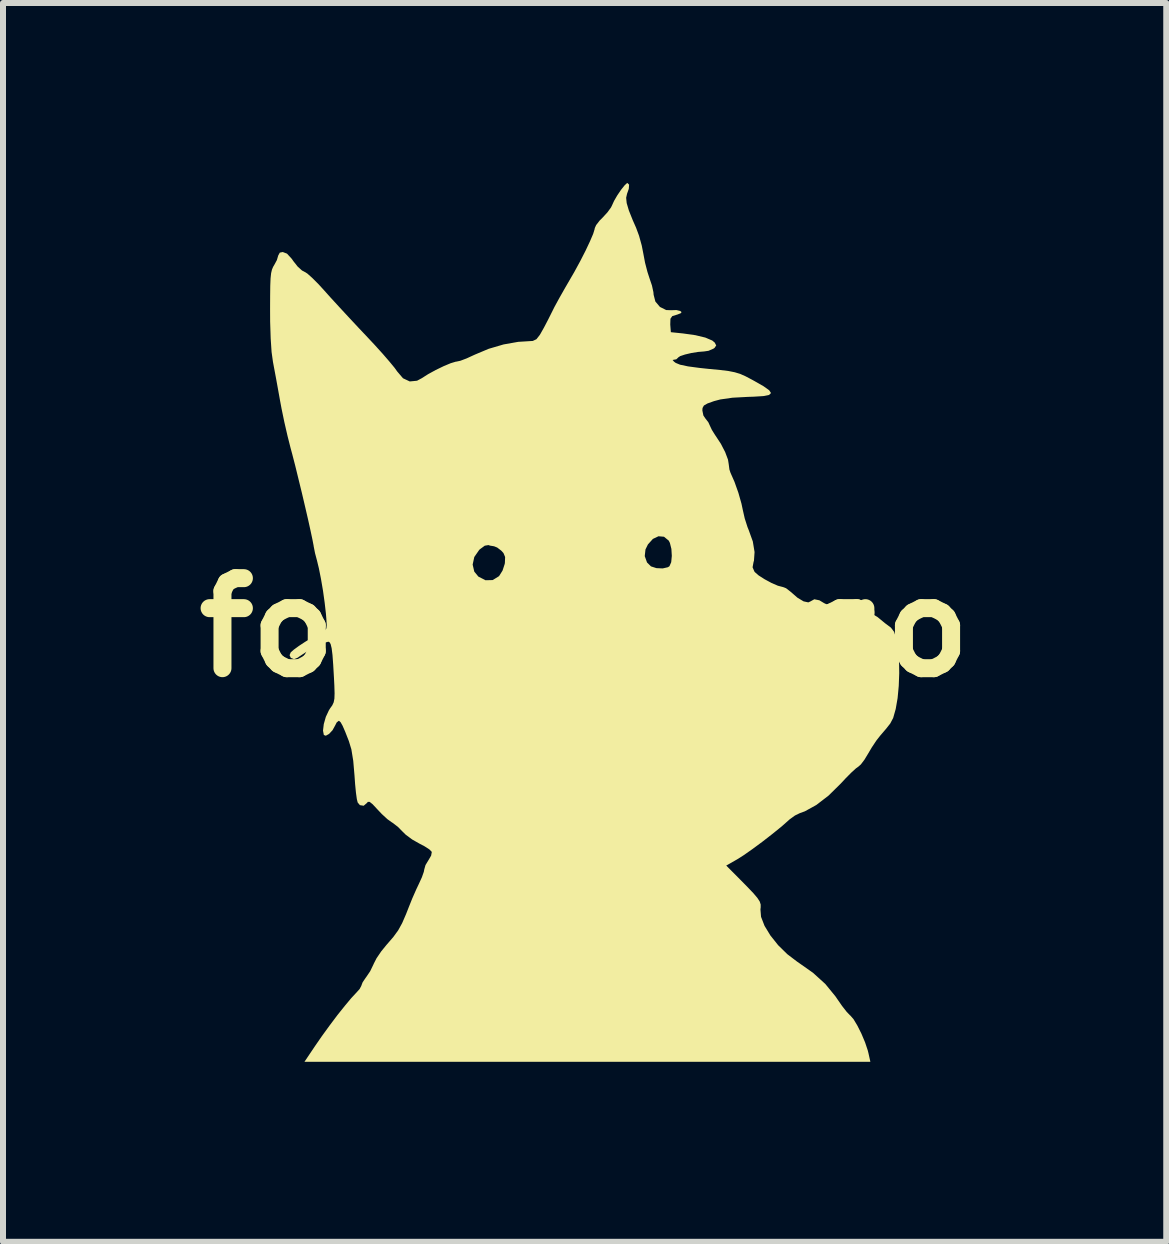
<source format=kicad_pcb>
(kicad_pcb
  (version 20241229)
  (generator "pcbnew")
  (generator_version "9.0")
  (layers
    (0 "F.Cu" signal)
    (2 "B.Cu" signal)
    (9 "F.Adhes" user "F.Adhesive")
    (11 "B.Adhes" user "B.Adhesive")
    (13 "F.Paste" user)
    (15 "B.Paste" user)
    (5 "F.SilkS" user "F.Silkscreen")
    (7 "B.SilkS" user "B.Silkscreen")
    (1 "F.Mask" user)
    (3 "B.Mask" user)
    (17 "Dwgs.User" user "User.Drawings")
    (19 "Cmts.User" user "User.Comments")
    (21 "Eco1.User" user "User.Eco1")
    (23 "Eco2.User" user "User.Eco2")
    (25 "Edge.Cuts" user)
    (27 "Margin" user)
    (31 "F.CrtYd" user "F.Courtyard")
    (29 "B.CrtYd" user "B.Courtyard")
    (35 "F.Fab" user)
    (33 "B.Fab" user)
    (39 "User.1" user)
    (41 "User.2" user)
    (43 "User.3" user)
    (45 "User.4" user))
  (footprint "foccci_logo"
    (layer "F.Cu")
    (at 6.693 7.407)
    (property "Reference" "foccci_logo" (at 0 0 0) (layer "F.SilkS") (effects (font (size 1.5 1.5) (thickness 0.3))))
    (attr board_only exclude_from_pos_files exclude_from_bom)
    (fp_poly (pts (xy 0.741 -7.38) (xy 0.736 -7.31) (xy 0.707 -7.228) (xy 0.692 -7.161) (xy 0.701 -7.072) (xy 0.737 -6.95) (xy 0.803 -6.785) (xy 0.857 -6.663) (xy 0.907 -6.528) (xy 0.952 -6.365) (xy 0.978 -6.232) (xy 1.007 -6.079) (xy 1.047 -5.925) (xy 1.082 -5.817) (xy 1.122 -5.699) (xy 1.146 -5.589) (xy 1.15 -5.544) (xy 1.179 -5.432) (xy 1.255 -5.342) (xy 1.359 -5.29) (xy 1.44 -5.287) (xy 1.529 -5.29) (xy 1.592 -5.275) (xy 1.615 -5.256) (xy 1.604 -5.238) (xy 1.549 -5.216) (xy 1.461 -5.189) (xy 1.43 -5.145) (xy 1.427 -5.048) (xy 1.437 -4.921) (xy 1.64 -4.9) (xy 1.846 -4.871) (xy 2.012 -4.831) (xy 2.127 -4.782) (xy 2.168 -4.748) (xy 2.193 -4.7) (xy 2.165 -4.659) (xy 2.148 -4.647) (xy 2.065 -4.611) (xy 1.991 -4.6) (xy 1.892 -4.592) (xy 1.779 -4.574) (xy 1.673 -4.549) (xy 1.592 -4.522) (xy 1.556 -4.497) (xy 1.556 -4.495) (xy 1.528 -4.469) (xy 1.498 -4.464) (xy 1.466 -4.458) (xy 1.489 -4.431) (xy 1.518 -4.409) (xy 1.591 -4.379) (xy 1.724 -4.351) (xy 1.919 -4.325) (xy 2.069 -4.309) (xy 2.258 -4.291) (xy 2.397 -4.274) (xy 2.502 -4.253) (xy 2.592 -4.226) (xy 2.682 -4.186) (xy 2.79 -4.129) (xy 2.828 -4.108) (xy 2.982 -4.02) (xy 3.075 -3.954) (xy 3.106 -3.907) (xy 3.074 -3.875) (xy 2.978 -3.856) (xy 2.816 -3.846) (xy 2.723 -3.843) (xy 2.464 -3.829) (xy 2.261 -3.8) (xy 2.156 -3.772) (xy 2.047 -3.733) (xy 1.988 -3.699) (xy 1.965 -3.658) (xy 1.962 -3.617) (xy 1.979 -3.533) (xy 2.011 -3.485) (xy 2.062 -3.419) (xy 2.084 -3.371) (xy 2.12 -3.294) (xy 2.176 -3.204) (xy 2.182 -3.196) (xy 2.27 -3.062) (xy 2.342 -2.923) (xy 2.389 -2.798) (xy 2.401 -2.724) (xy 2.413 -2.632) (xy 2.431 -2.578) (xy 2.498 -2.426) (xy 2.563 -2.243) (xy 2.614 -2.063) (xy 2.636 -1.959) (xy 2.668 -1.818) (xy 2.714 -1.674) (xy 2.735 -1.622) (xy 2.803 -1.433) (xy 2.832 -1.257) (xy 2.822 -1.113) (xy 2.815 -1.09) (xy 2.799 -1.003) (xy 2.829 -0.933) (xy 2.836 -0.923) (xy 2.899 -0.868) (xy 2.999 -0.804) (xy 3.114 -0.742) (xy 3.22 -0.696) (xy 3.296 -0.676) (xy 3.298 -0.676) (xy 3.357 -0.654) (xy 3.428 -0.599) (xy 3.434 -0.594) (xy 3.547 -0.496) (xy 3.649 -0.435) (xy 3.728 -0.418) (xy 3.761 -0.433) (xy 3.828 -0.47) (xy 3.912 -0.453) (xy 3.992 -0.405) (xy 4.082 -0.363) (xy 4.226 -0.325) (xy 4.431 -0.292) (xy 4.446 -0.29) (xy 4.613 -0.266) (xy 4.73 -0.243) (xy 4.811 -0.215) (xy 4.875 -0.178) (xy 4.914 -0.147) (xy 5.005 -0.072) (xy 5.09 -0.008) (xy 5.105 0.003) (xy 5.157 0.072) (xy 5.197 0.194) (xy 5.224 0.359) (xy 5.24 0.552) (xy 5.243 0.761) (xy 5.235 0.974) (xy 5.216 1.177) (xy 5.184 1.36) (xy 5.142 1.508) (xy 5.093 1.601) (xy 5.02 1.693) (xy 4.937 1.79) (xy 4.929 1.799) (xy 4.863 1.883) (xy 4.785 2) (xy 4.726 2.1) (xy 4.663 2.204) (xy 4.604 2.282) (xy 4.565 2.317) (xy 4.522 2.348) (xy 4.445 2.418) (xy 4.348 2.516) (xy 4.267 2.603) (xy 4.065 2.802) (xy 3.862 2.958) (xy 3.67 3.064) (xy 3.585 3.095) (xy 3.505 3.134) (xy 3.415 3.199) (xy 3.399 3.214) (xy 3.28 3.319) (xy 3.128 3.442) (xy 2.962 3.571) (xy 2.797 3.693) (xy 2.65 3.796) (xy 2.541 3.865) (xy 2.36 3.968) (xy 2.565 4.174) (xy 2.709 4.32) (xy 2.812 4.428) (xy 2.879 4.507) (xy 2.918 4.567) (xy 2.934 4.617) (xy 2.934 4.666) (xy 2.93 4.697) (xy 2.94 4.822) (xy 2.998 4.972) (xy 3.096 5.133) (xy 3.225 5.295) (xy 3.378 5.445) (xy 3.545 5.572) (xy 3.549 5.574) (xy 3.806 5.755) (xy 4.011 5.941) (xy 4.178 6.145) (xy 4.211 6.193) (xy 4.29 6.307) (xy 4.365 6.403) (xy 4.421 6.462) (xy 4.429 6.468) (xy 4.482 6.529) (xy 4.546 6.636) (xy 4.613 6.77) (xy 4.674 6.915) (xy 4.719 7.05) (xy 4.73 7.094) (xy 4.762 7.238) (xy 0.046 7.238) (xy -4.669 7.238) (xy -4.493 6.976) (xy -4.377 6.808) (xy -4.249 6.632) (xy -4.119 6.459) (xy -3.995 6.304) (xy -3.89 6.178) (xy -3.812 6.094) (xy -3.808 6.09) (xy -3.749 6.024) (xy -3.721 5.971) (xy -3.72 5.966) (xy -3.7 5.914) (xy -3.651 5.841) (xy -3.641 5.828) (xy -3.574 5.729) (xy -3.519 5.615) (xy -3.514 5.603) (xy -3.468 5.513) (xy -3.39 5.398) (xy -3.298 5.285) (xy -3.295 5.282) (xy -3.188 5.158) (xy -3.107 5.047) (xy -3.041 4.927) (xy -2.976 4.777) (xy -2.931 4.662) (xy -2.872 4.515) (xy -2.805 4.363) (xy -2.761 4.27) (xy -2.712 4.163) (xy -2.68 4.072) (xy -2.672 4.03) (xy -2.652 3.96) (xy -2.603 3.879) (xy -2.601 3.876) (xy -2.558 3.802) (xy -2.547 3.742) (xy -2.549 3.738) (xy -2.587 3.699) (xy -2.669 3.646) (xy -2.753 3.602) (xy -2.873 3.534) (xy -2.98 3.455) (xy -3.03 3.406) (xy -3.113 3.322) (xy -3.201 3.255) (xy -3.214 3.247) (xy -3.288 3.194) (xy -3.38 3.109) (xy -3.452 3.033) (xy -3.533 2.946) (xy -3.583 2.906) (xy -3.613 2.906) (xy -3.626 2.923) (xy -3.682 2.971) (xy -3.745 2.961) (xy -3.782 2.917) (xy -3.796 2.861) (xy -3.811 2.753) (xy -3.825 2.61) (xy -3.835 2.469) (xy -3.856 2.223) (xy -3.887 2.032) (xy -3.929 1.894) (xy -3.99 1.738) (xy -4.034 1.637) (xy -4.066 1.58) (xy -4.091 1.557) (xy -4.099 1.556) (xy -4.132 1.583) (xy -4.157 1.632) (xy -4.201 1.712) (xy -4.259 1.774) (xy -4.313 1.804) (xy -4.346 1.792) (xy -4.36 1.719) (xy -4.347 1.61) (xy -4.313 1.49) (xy -4.262 1.381) (xy -4.242 1.349) (xy -4.205 1.297) (xy -4.182 1.247) (xy -4.17 1.186) (xy -4.167 1.097) (xy -4.171 0.966) (xy -4.177 0.846) (xy -4.19 0.622) (xy -4.202 0.458) (xy -4.216 0.346) (xy -4.233 0.277) (xy -4.253 0.244) (xy -4.272 0.237) (xy -4.334 0.255) (xy -4.434 0.299) (xy -4.551 0.359) (xy -4.666 0.425) (xy -4.759 0.487) (xy -4.782 0.504) (xy -4.844 0.528) (xy -4.896 0.508) (xy -4.917 0.462) (xy -4.898 0.415) (xy -4.847 0.37) (xy -4.762 0.308) (xy -4.662 0.242) (xy -4.566 0.183) (xy -4.492 0.144) (xy -4.464 0.135) (xy -4.431 0.112) (xy -4.431 0.105) (xy -4.402 0.074) (xy -4.359 0.057) (xy -4.323 0.043) (xy -4.304 0.016) (xy -4.298 -0.041) (xy -4.304 -0.14) (xy -4.311 -0.226) (xy -4.332 -0.41) (xy -4.36 -0.612) (xy -4.394 -0.811) (xy -4.429 -0.987) (xy -4.444 -1.048) (xy -1.866 -1.048) (xy -1.839 -0.931) (xy -1.771 -0.848) (xy -1.651 -0.787) (xy -1.532 -0.79) (xy -1.427 -0.855) (xy -1.424 -0.859) (xy -1.368 -0.948) (xy -1.332 -1.058) (xy -1.329 -1.074) (xy -1.325 -1.173) (xy -1.331 -1.189) (xy 1.002 -1.189) (xy 1.04 -1.083) (xy 1.106 -1.018) (xy 1.196 -0.989) (xy 1.301 -0.984) (xy 1.388 -1.004) (xy 1.414 -1.021) (xy 1.443 -1.088) (xy 1.453 -1.193) (xy 1.446 -1.309) (xy 1.421 -1.409) (xy 1.402 -1.447) (xy 1.323 -1.512) (xy 1.231 -1.52) (xy 1.138 -1.476) (xy 1.055 -1.384) (xy 1.014 -1.3) (xy 1.002 -1.189) (xy -1.331 -1.189) (xy -1.353 -1.241) (xy -1.389 -1.28) (xy -1.457 -1.332) (xy -1.509 -1.353) (xy -1.576 -1.364) (xy -1.603 -1.373) (xy -1.664 -1.363) (xy -1.746 -1.303) (xy -1.758 -1.291) (xy -1.839 -1.174) (xy -1.866 -1.048) (xy -4.444 -1.048) (xy -4.461 -1.119) (xy -4.465 -1.133) (xy -4.493 -1.239) (xy -4.516 -1.356) (xy -4.516 -1.36) (xy -4.535 -1.459) (xy -4.567 -1.61) (xy -4.609 -1.8) (xy -4.659 -2.016) (xy -4.713 -2.246) (xy -4.769 -2.475) (xy -4.822 -2.692) (xy -4.871 -2.882) (xy -4.901 -2.993) (xy -4.951 -3.191) (xy -5.004 -3.421) (xy -5.051 -3.648) (xy -5.074 -3.771) (xy -5.108 -3.96) (xy -5.143 -4.153) (xy -5.175 -4.324) (xy -5.194 -4.426) (xy -5.217 -4.591) (xy -5.232 -4.817) (xy -5.241 -5.097) (xy -5.242 -5.305) (xy -5.241 -5.53) (xy -5.239 -5.697) (xy -5.234 -5.818) (xy -5.225 -5.903) (xy -5.211 -5.963) (xy -5.192 -6.009) (xy -5.175 -6.037) (xy -5.129 -6.122) (xy -5.108 -6.193) (xy -5.107 -6.198) (xy -5.08 -6.247) (xy -5.031 -6.257) (xy -4.96 -6.23) (xy -4.881 -6.144) (xy -4.853 -6.104) (xy -4.782 -6.014) (xy -4.71 -5.949) (xy -4.675 -5.931) (xy -4.622 -5.899) (xy -4.539 -5.825) (xy -4.436 -5.722) (xy -4.342 -5.619) (xy -4.23 -5.494) (xy -4.086 -5.337) (xy -3.923 -5.161) (xy -3.756 -4.982) (xy -3.646 -4.866) (xy -3.5 -4.71) (xy -3.366 -4.562) (xy -3.252 -4.43) (xy -3.167 -4.327) (xy -3.124 -4.267) (xy -3.027 -4.153) (xy -2.914 -4.1) (xy -2.793 -4.112) (xy -2.716 -4.153) (xy -2.609 -4.221) (xy -2.481 -4.291) (xy -2.349 -4.355) (xy -2.232 -4.404) (xy -2.149 -4.429) (xy -2.134 -4.431) (xy -2.07 -4.445) (xy -1.967 -4.484) (xy -1.845 -4.54) (xy -1.825 -4.549) (xy -1.599 -4.644) (xy -1.35 -4.717) (xy -1.107 -4.76) (xy -0.962 -4.769) (xy -0.864 -4.775) (xy -0.803 -4.804) (xy -0.749 -4.873) (xy -0.735 -4.896) (xy -0.678 -4.997) (xy -0.61 -5.127) (xy -0.561 -5.225) (xy -0.502 -5.343) (xy -0.419 -5.495) (xy -0.327 -5.657) (xy -0.273 -5.75) (xy -0.171 -5.926) (xy -0.073 -6.106) (xy 0.016 -6.28) (xy 0.089 -6.435) (xy 0.142 -6.559) (xy 0.167 -6.64) (xy 0.169 -6.655) (xy 0.192 -6.706) (xy 0.251 -6.782) (xy 0.301 -6.832) (xy 0.38 -6.918) (xy 0.439 -6.999) (xy 0.456 -7.033) (xy 0.49 -7.108) (xy 0.544 -7.201) (xy 0.607 -7.294) (xy 0.666 -7.368) (xy 0.707 -7.406) (xy 0.713 -7.407)) (stroke (width 0) (type solid)) (fill yes) (layer "F.SilkS")))
  (gr_rect
    (start -3 -3)
    (end 16.386 17.645)
    (stroke (width 0.1) (type default))
    (fill no)
    (layer "Edge.Cuts")))
</source>
